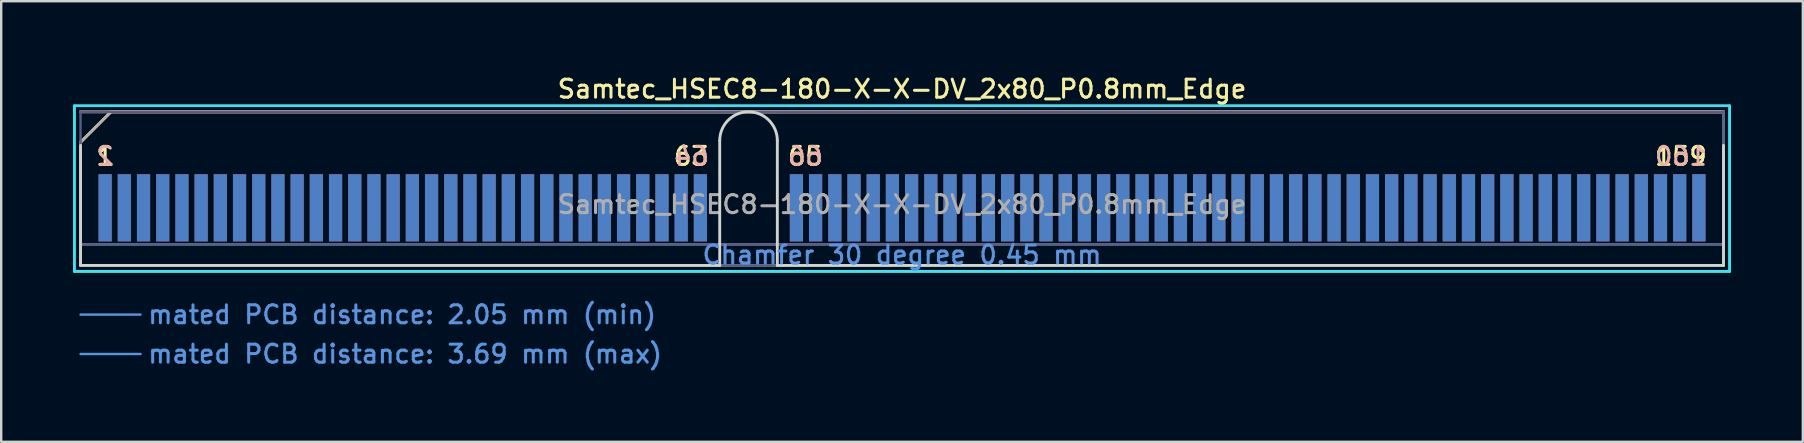
<source format=kicad_pcb>
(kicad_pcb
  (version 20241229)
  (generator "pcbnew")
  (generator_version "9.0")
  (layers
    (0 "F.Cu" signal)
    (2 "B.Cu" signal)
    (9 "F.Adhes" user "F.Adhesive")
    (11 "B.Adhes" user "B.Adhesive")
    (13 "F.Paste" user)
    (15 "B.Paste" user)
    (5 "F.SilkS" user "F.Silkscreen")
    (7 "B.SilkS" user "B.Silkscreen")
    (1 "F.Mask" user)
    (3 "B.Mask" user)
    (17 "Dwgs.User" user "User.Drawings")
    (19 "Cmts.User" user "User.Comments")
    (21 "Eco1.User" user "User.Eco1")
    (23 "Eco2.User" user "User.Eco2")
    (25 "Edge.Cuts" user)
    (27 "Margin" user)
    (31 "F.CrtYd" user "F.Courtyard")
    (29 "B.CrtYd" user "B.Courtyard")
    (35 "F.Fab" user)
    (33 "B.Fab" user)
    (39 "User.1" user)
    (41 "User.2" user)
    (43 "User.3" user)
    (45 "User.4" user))
  (footprint "Samtec_HSEC8-180-X-X-DV_2x80_P0.8mm_Edge"
    (layer "F.Cu")
    (at 34.53 8.008)
    (property "Reference" "Samtec_HSEC8-180-X-X-DV_2x80_P0.8mm_Edge" (at 0 -7.35 0) (layer "F.SilkS") (effects (font (size 0.75 0.75) (thickness 0.125))))
    (attr exclude_from_pos_files exclude_from_bom)
    (fp_line (start -34.48 -6.65) (end -34.48 0.25) (stroke (width 0.1) (type solid)) (layer "F.SilkS"))
    (fp_line (start -34.48 0.25) (end 34.48 0.25) (stroke (width 0.1) (type solid)) (layer "F.SilkS"))
    (fp_line (start -34.225 -5.13) (end -32.955 -6.4) (stroke (width 0.12) (type solid)) (layer "F.SilkS"))
    (fp_line (start -32.955 -6.4) (end 34.225 -6.4) (stroke (width 0.12) (type solid)) (layer "F.SilkS"))
    (fp_line (start 34.48 -6.65) (end -34.48 -6.65) (stroke (width 0.1) (type solid)) (layer "F.SilkS"))
    (fp_line (start 34.48 0.25) (end 34.48 -6.65) (stroke (width 0.1) (type solid)) (layer "F.SilkS"))
    (fp_line (start -34.225 -6.4) (end -34.225 -6.4) (stroke (width 0.12) (type solid)) (layer "B.SilkS"))
    (fp_line (start -34.225 -6.4) (end 34.225 -6.4) (stroke (width 0.12) (type solid)) (layer "B.SilkS"))
    (fp_line (start -34.225 2.05) (end -31.725 2.05) (stroke (width 0.1) (type solid)) (layer "Cmts.User"))
    (fp_line (start -34.225 3.69) (end -31.725 3.69) (stroke (width 0.1) (type solid)) (layer "Cmts.User"))
    (fp_line (start -34.225 -5) (end -34.225 0) (stroke (width 0.12) (type solid)) (layer "Edge.Cuts"))
    (fp_line (start -34.225 0) (end -7.595 0) (stroke (width 0.12) (type solid)) (layer "Edge.Cuts"))
    (fp_line (start -7.595 0) (end -7.595 -5.2) (stroke (width 0.12) (type solid)) (layer "Edge.Cuts"))
    (fp_line (start -5.195 -5.2) (end -5.195 0) (stroke (width 0.12) (type solid)) (layer "Edge.Cuts"))
    (fp_line (start -5.195 0) (end 34.225 0) (stroke (width 0.12) (type solid)) (layer "Edge.Cuts"))
    (fp_line (start 34.225 0) (end 34.225 -5) (stroke (width 0.12) (type solid)) (layer "Edge.Cuts"))
    (fp_arc (start -7.595 -5.2) (mid -6.395 -6.4) (end -5.195 -5.2) (stroke (width 0.12) (type solid)) (layer "Edge.Cuts"))
    (fp_line (start -34.48 -6.65) (end -34.48 0.25) (stroke (width 0.1) (type solid)) (layer "B.CrtYd"))
    (fp_line (start -34.48 0.25) (end 34.48 0.25) (stroke (width 0.1) (type solid)) (layer "B.CrtYd"))
    (fp_line (start 34.48 -6.65) (end -34.48 -6.65) (stroke (width 0.1) (type solid)) (layer "B.CrtYd"))
    (fp_line (start 34.48 0.25) (end 34.48 -6.65) (stroke (width 0.1) (type solid)) (layer "B.CrtYd"))
    (fp_line (start -34.225 -6.4) (end -34.225 -6.4) (stroke (width 0.1) (type solid)) (layer "B.Fab"))
    (fp_line (start -34.225 -6.4) (end -34.225 0) (stroke (width 0.1) (type solid)) (layer "B.Fab"))
    (fp_line (start -34.225 -6.4) (end 34.225 -6.4) (stroke (width 0.1) (type solid)) (layer "B.Fab"))
    (fp_line (start -34.225 -0.88) (end 34.225 -0.88) (stroke (width 0.1) (type solid)) (layer "B.Fab"))
    (fp_line (start -34.225 0) (end 34.225 0) (stroke (width 0.1) (type solid)) (layer "B.Fab"))
    (fp_line (start 34.225 -6.4) (end 34.225 0) (stroke (width 0.1) (type solid)) (layer "B.Fab"))
    (fp_line (start -34.225 -5.13) (end -34.225 0) (stroke (width 0.1) (type solid)) (layer "F.Fab"))
    (fp_line (start -34.225 -5.13) (end -32.955 -6.4) (stroke (width 0.1) (type solid)) (layer "F.Fab"))
    (fp_line (start -34.225 -0.88) (end 34.225 -0.88) (stroke (width 0.1) (type solid)) (layer "F.Fab"))
    (fp_line (start -34.225 0) (end 34.225 0) (stroke (width 0.1) (type solid)) (layer "F.Fab"))
    (fp_line (start -32.955 -6.4) (end 34.225 -6.4) (stroke (width 0.1) (type solid)) (layer "F.Fab"))
    (fp_line (start 34.225 -6.4) (end 34.225 0) (stroke (width 0.1) (type solid)) (layer "F.Fab"))
    (fp_text user "63" (at -8.775 -4.55 0) (layer "F.SilkS") (effects (font (size 0.75 0.75) (thickness 0.125))))
    (fp_text user "159" (at 32.45 -4.55 0) (layer "F.SilkS") (effects (font (size 0.75 0.75) (thickness 0.125))))
    (fp_text user "1" (at -33.2 -4.55 0) (layer "F.SilkS") (effects (font (size 0.75 0.75) (thickness 0.125))))
    (fp_text user "65" (at -4.025 -4.55 0) (layer "F.SilkS") (effects (font (size 0.75 0.75) (thickness 0.125))))
    (fp_text user "2" (at -33.2 -4.55 0) (layer "B.SilkS") (effects (font (size 0.75 0.75) (thickness 0.125)) (justify mirror)))
    (fp_text user "66" (at -4.025 -4.55 0) (layer "B.SilkS") (effects (font (size 0.75 0.75) (thickness 0.125)) (justify mirror)))
    (fp_text user "160" (at 32.45 -4.55 0) (layer "B.SilkS") (effects (font (size 0.75 0.75) (thickness 0.125)) (justify mirror)))
    (fp_text user "64" (at -8.775 -4.55 0) (layer "B.SilkS") (effects (font (size 0.75 0.75) (thickness 0.125)) (justify mirror)))
    (fp_text user "Chamfer 30 degree 0.45 mm" (at 0 -0.44 0) (layer "Cmts.User") (effects (font (size 0.75 0.75) (thickness 0.125))))
    (fp_text user "mated PCB distance: 2.05 mm (min)" (at -31.48 2.05 0) (layer "Cmts.User") (effects (font (size 0.75 0.75) (thickness 0.125)) (justify left)))
    (fp_text user "mated PCB distance: 3.69 mm (max)" (at -31.48 3.69 0) (layer "Cmts.User") (effects (font (size 0.75 0.75) (thickness 0.125)) (justify left)))
    (fp_text user "${REFERENCE}" (at 0 -2.54 0) (layer "F.Fab") (effects (font (size 0.75 0.75) (thickness 0.125))))
    (pad "1" connect rect (at -33.2 -2.4) (size 0.55 2.8) (layers "F.Cu" "F.Mask"))
    (pad "2" connect rect (at -33.2 -2.4) (size 0.55 2.8) (layers "B.Cu" "B.Mask"))
    (pad "3" connect rect (at -32.4 -2.4) (size 0.55 2.8) (layers "F.Cu" "F.Mask"))
    (pad "4" connect rect (at -32.4 -2.4) (size 0.55 2.8) (layers "B.Cu" "B.Mask"))
    (pad "5" connect rect (at -31.6 -2.4) (size 0.55 2.8) (layers "F.Cu" "F.Mask"))
    (pad "6" connect rect (at -31.6 -2.4) (size 0.55 2.8) (layers "B.Cu" "B.Mask"))
    (pad "7" connect rect (at -30.8 -2.4) (size 0.55 2.8) (layers "F.Cu" "F.Mask"))
    (pad "8" connect rect (at -30.8 -2.4) (size 0.55 2.8) (layers "B.Cu" "B.Mask"))
    (pad "9" connect rect (at -30 -2.4) (size 0.55 2.8) (layers "F.Cu" "F.Mask"))
    (pad "10" connect rect (at -30 -2.4) (size 0.55 2.8) (layers "B.Cu" "B.Mask"))
    (pad "11" connect rect (at -29.2 -2.4) (size 0.55 2.8) (layers "F.Cu" "F.Mask"))
    (pad "12" connect rect (at -29.2 -2.4) (size 0.55 2.8) (layers "B.Cu" "B.Mask"))
    (pad "13" connect rect (at -28.4 -2.4) (size 0.55 2.8) (layers "F.Cu" "F.Mask"))
    (pad "14" connect rect (at -28.4 -2.4) (size 0.55 2.8) (layers "B.Cu" "B.Mask"))
    (pad "15" connect rect (at -27.6 -2.4) (size 0.55 2.8) (layers "F.Cu" "F.Mask"))
    (pad "16" connect rect (at -27.6 -2.4) (size 0.55 2.8) (layers "B.Cu" "B.Mask"))
    (pad "17" connect rect (at -26.8 -2.4) (size 0.55 2.8) (layers "F.Cu" "F.Mask"))
    (pad "18" connect rect (at -26.8 -2.4) (size 0.55 2.8) (layers "B.Cu" "B.Mask"))
    (pad "19" connect rect (at -26 -2.4) (size 0.55 2.8) (layers "F.Cu" "F.Mask"))
    (pad "20" connect rect (at -26 -2.4) (size 0.55 2.8) (layers "B.Cu" "B.Mask"))
    (pad "21" connect rect (at -25.2 -2.4) (size 0.55 2.8) (layers "F.Cu" "F.Mask"))
    (pad "22" connect rect (at -25.2 -2.4) (size 0.55 2.8) (layers "B.Cu" "B.Mask"))
    (pad "23" connect rect (at -24.4 -2.4) (size 0.55 2.8) (layers "F.Cu" "F.Mask"))
    (pad "24" connect rect (at -24.4 -2.4) (size 0.55 2.8) (layers "B.Cu" "B.Mask"))
    (pad "25" connect rect (at -23.6 -2.4) (size 0.55 2.8) (layers "F.Cu" "F.Mask"))
    (pad "26" connect rect (at -23.6 -2.4) (size 0.55 2.8) (layers "B.Cu" "B.Mask"))
    (pad "27" connect rect (at -22.8 -2.4) (size 0.55 2.8) (layers "F.Cu" "F.Mask"))
    (pad "28" connect rect (at -22.8 -2.4) (size 0.55 2.8) (layers "B.Cu" "B.Mask"))
    (pad "29" connect rect (at -22 -2.4) (size 0.55 2.8) (layers "F.Cu" "F.Mask"))
    (pad "30" connect rect (at -22 -2.4) (size 0.55 2.8) (layers "B.Cu" "B.Mask"))
    (pad "31" connect rect (at -21.2 -2.4) (size 0.55 2.8) (layers "F.Cu" "F.Mask"))
    (pad "32" connect rect (at -21.2 -2.4) (size 0.55 2.8) (layers "B.Cu" "B.Mask"))
    (pad "33" connect rect (at -20.4 -2.4) (size 0.55 2.8) (layers "F.Cu" "F.Mask"))
    (pad "34" connect rect (at -20.4 -2.4) (size 0.55 2.8) (layers "B.Cu" "B.Mask"))
    (pad "35" connect rect (at -19.6 -2.4) (size 0.55 2.8) (layers "F.Cu" "F.Mask"))
    (pad "36" connect rect (at -19.6 -2.4) (size 0.55 2.8) (layers "B.Cu" "B.Mask"))
    (pad "37" connect rect (at -18.8 -2.4) (size 0.55 2.8) (layers "F.Cu" "F.Mask"))
    (pad "38" connect rect (at -18.8 -2.4) (size 0.55 2.8) (layers "B.Cu" "B.Mask"))
    (pad "39" connect rect (at -18 -2.4) (size 0.55 2.8) (layers "F.Cu" "F.Mask"))
    (pad "40" connect rect (at -18 -2.4) (size 0.55 2.8) (layers "B.Cu" "B.Mask"))
    (pad "41" connect rect (at -17.2 -2.4) (size 0.55 2.8) (layers "F.Cu" "F.Mask"))
    (pad "42" connect rect (at -17.2 -2.4) (size 0.55 2.8) (layers "B.Cu" "B.Mask"))
    (pad "43" connect rect (at -16.4 -2.4) (size 0.55 2.8) (layers "F.Cu" "F.Mask"))
    (pad "44" connect rect (at -16.4 -2.4) (size 0.55 2.8) (layers "B.Cu" "B.Mask"))
    (pad "45" connect rect (at -15.6 -2.4) (size 0.55 2.8) (layers "F.Cu" "F.Mask"))
    (pad "46" connect rect (at -15.6 -2.4) (size 0.55 2.8) (layers "B.Cu" "B.Mask"))
    (pad "47" connect rect (at -14.8 -2.4) (size 0.55 2.8) (layers "F.Cu" "F.Mask"))
    (pad "48" connect rect (at -14.8 -2.4) (size 0.55 2.8) (layers "B.Cu" "B.Mask"))
    (pad "49" connect rect (at -14 -2.4) (size 0.55 2.8) (layers "F.Cu" "F.Mask"))
    (pad "50" connect rect (at -14 -2.4) (size 0.55 2.8) (layers "B.Cu" "B.Mask"))
    (pad "51" connect rect (at -13.2 -2.4) (size 0.55 2.8) (layers "F.Cu" "F.Mask"))
    (pad "52" connect rect (at -13.2 -2.4) (size 0.55 2.8) (layers "B.Cu" "B.Mask"))
    (pad "53" connect rect (at -12.4 -2.4) (size 0.55 2.8) (layers "F.Cu" "F.Mask"))
    (pad "54" connect rect (at -12.4 -2.4) (size 0.55 2.8) (layers "B.Cu" "B.Mask"))
    (pad "55" connect rect (at -11.6 -2.4) (size 0.55 2.8) (layers "F.Cu" "F.Mask"))
    (pad "56" connect rect (at -11.6 -2.4) (size 0.55 2.8) (layers "B.Cu" "B.Mask"))
    (pad "57" connect rect (at -10.8 -2.4) (size 0.55 2.8) (layers "F.Cu" "F.Mask"))
    (pad "58" connect rect (at -10.8 -2.4) (size 0.55 2.8) (layers "B.Cu" "B.Mask"))
    (pad "59" connect rect (at -10 -2.4) (size 0.55 2.8) (layers "F.Cu" "F.Mask"))
    (pad "60" connect rect (at -10 -2.4) (size 0.55 2.8) (layers "B.Cu" "B.Mask"))
    (pad "61" connect rect (at -9.2 -2.4) (size 0.55 2.8) (layers "F.Cu" "F.Mask"))
    (pad "62" connect rect (at -9.2 -2.4) (size 0.55 2.8) (layers "B.Cu" "B.Mask"))
    (pad "63" connect rect (at -8.4 -2.4) (size 0.55 2.8) (layers "F.Cu" "F.Mask"))
    (pad "64" connect rect (at -8.4 -2.4) (size 0.55 2.8) (layers "B.Cu" "B.Mask"))
    (pad "65" connect rect (at -4.4 -2.4) (size 0.55 2.8) (layers "F.Cu" "F.Mask"))
    (pad "66" connect rect (at -4.4 -2.4) (size 0.55 2.8) (layers "B.Cu" "B.Mask"))
    (pad "67" connect rect (at -3.6 -2.4) (size 0.55 2.8) (layers "F.Cu" "F.Mask"))
    (pad "68" connect rect (at -3.6 -2.4) (size 0.55 2.8) (layers "B.Cu" "B.Mask"))
    (pad "69" connect rect (at -2.8 -2.4) (size 0.55 2.8) (layers "F.Cu" "F.Mask"))
    (pad "70" connect rect (at -2.8 -2.4) (size 0.55 2.8) (layers "B.Cu" "B.Mask"))
    (pad "71" connect rect (at -2 -2.4) (size 0.55 2.8) (layers "F.Cu" "F.Mask"))
    (pad "72" connect rect (at -2 -2.4) (size 0.55 2.8) (layers "B.Cu" "B.Mask"))
    (pad "73" connect rect (at -1.2 -2.4) (size 0.55 2.8) (layers "F.Cu" "F.Mask"))
    (pad "74" connect rect (at -1.2 -2.4) (size 0.55 2.8) (layers "B.Cu" "B.Mask"))
    (pad "75" connect rect (at -0.4 -2.4) (size 0.55 2.8) (layers "F.Cu" "F.Mask"))
    (pad "76" connect rect (at -0.4 -2.4) (size 0.55 2.8) (layers "B.Cu" "B.Mask"))
    (pad "77" connect rect (at 0.4 -2.4) (size 0.55 2.8) (layers "F.Cu" "F.Mask"))
    (pad "78" connect rect (at 0.4 -2.4) (size 0.55 2.8) (layers "B.Cu" "B.Mask"))
    (pad "79" connect rect (at 1.2 -2.4) (size 0.55 2.8) (layers "F.Cu" "F.Mask"))
    (pad "80" connect rect (at 1.2 -2.4) (size 0.55 2.8) (layers "B.Cu" "B.Mask"))
    (pad "81" connect rect (at 2 -2.4) (size 0.55 2.8) (layers "F.Cu" "F.Mask"))
    (pad "82" connect rect (at 2 -2.4) (size 0.55 2.8) (layers "B.Cu" "B.Mask"))
    (pad "83" connect rect (at 2.8 -2.4) (size 0.55 2.8) (layers "F.Cu" "F.Mask"))
    (pad "84" connect rect (at 2.8 -2.4) (size 0.55 2.8) (layers "B.Cu" "B.Mask"))
    (pad "85" connect rect (at 3.6 -2.4) (size 0.55 2.8) (layers "F.Cu" "F.Mask"))
    (pad "86" connect rect (at 3.6 -2.4) (size 0.55 2.8) (layers "B.Cu" "B.Mask"))
    (pad "87" connect rect (at 4.4 -2.4) (size 0.55 2.8) (layers "F.Cu" "F.Mask"))
    (pad "88" connect rect (at 4.4 -2.4) (size 0.55 2.8) (layers "B.Cu" "B.Mask"))
    (pad "89" connect rect (at 5.2 -2.4) (size 0.55 2.8) (layers "F.Cu" "F.Mask"))
    (pad "90" connect rect (at 5.2 -2.4) (size 0.55 2.8) (layers "B.Cu" "B.Mask"))
    (pad "91" connect rect (at 6 -2.4) (size 0.55 2.8) (layers "F.Cu" "F.Mask"))
    (pad "92" connect rect (at 6 -2.4) (size 0.55 2.8) (layers "B.Cu" "B.Mask"))
    (pad "93" connect rect (at 6.8 -2.4) (size 0.55 2.8) (layers "F.Cu" "F.Mask"))
    (pad "94" connect rect (at 6.8 -2.4) (size 0.55 2.8) (layers "B.Cu" "B.Mask"))
    (pad "95" connect rect (at 7.6 -2.4) (size 0.55 2.8) (layers "F.Cu" "F.Mask"))
    (pad "96" connect rect (at 7.6 -2.4) (size 0.55 2.8) (layers "B.Cu" "B.Mask"))
    (pad "97" connect rect (at 8.4 -2.4) (size 0.55 2.8) (layers "F.Cu" "F.Mask"))
    (pad "98" connect rect (at 8.4 -2.4) (size 0.55 2.8) (layers "B.Cu" "B.Mask"))
    (pad "99" connect rect (at 9.2 -2.4) (size 0.55 2.8) (layers "F.Cu" "F.Mask"))
    (pad "100" connect rect (at 9.2 -2.4) (size 0.55 2.8) (layers "B.Cu" "B.Mask"))
    (pad "101" connect rect (at 10 -2.4) (size 0.55 2.8) (layers "F.Cu" "F.Mask"))
    (pad "102" connect rect (at 10 -2.4) (size 0.55 2.8) (layers "B.Cu" "B.Mask"))
    (pad "103" connect rect (at 10.8 -2.4) (size 0.55 2.8) (layers "F.Cu" "F.Mask"))
    (pad "104" connect rect (at 10.8 -2.4) (size 0.55 2.8) (layers "B.Cu" "B.Mask"))
    (pad "105" connect rect (at 11.6 -2.4) (size 0.55 2.8) (layers "F.Cu" "F.Mask"))
    (pad "106" connect rect (at 11.6 -2.4) (size 0.55 2.8) (layers "B.Cu" "B.Mask"))
    (pad "107" connect rect (at 12.4 -2.4) (size 0.55 2.8) (layers "F.Cu" "F.Mask"))
    (pad "108" connect rect (at 12.4 -2.4) (size 0.55 2.8) (layers "B.Cu" "B.Mask"))
    (pad "109" connect rect (at 13.2 -2.4) (size 0.55 2.8) (layers "F.Cu" "F.Mask"))
    (pad "110" connect rect (at 13.2 -2.4) (size 0.55 2.8) (layers "B.Cu" "B.Mask"))
    (pad "111" connect rect (at 14 -2.4) (size 0.55 2.8) (layers "F.Cu" "F.Mask"))
    (pad "112" connect rect (at 14 -2.4) (size 0.55 2.8) (layers "B.Cu" "B.Mask"))
    (pad "113" connect rect (at 14.8 -2.4) (size 0.55 2.8) (layers "F.Cu" "F.Mask"))
    (pad "114" connect rect (at 14.8 -2.4) (size 0.55 2.8) (layers "B.Cu" "B.Mask"))
    (pad "115" connect rect (at 15.6 -2.4) (size 0.55 2.8) (layers "F.Cu" "F.Mask"))
    (pad "116" connect rect (at 15.6 -2.4) (size 0.55 2.8) (layers "B.Cu" "B.Mask"))
    (pad "117" connect rect (at 16.4 -2.4) (size 0.55 2.8) (layers "F.Cu" "F.Mask"))
    (pad "118" connect rect (at 16.4 -2.4) (size 0.55 2.8) (layers "B.Cu" "B.Mask"))
    (pad "119" connect rect (at 17.2 -2.4) (size 0.55 2.8) (layers "F.Cu" "F.Mask"))
    (pad "120" connect rect (at 17.2 -2.4) (size 0.55 2.8) (layers "B.Cu" "B.Mask"))
    (pad "121" connect rect (at 18 -2.4) (size 0.55 2.8) (layers "F.Cu" "F.Mask"))
    (pad "122" connect rect (at 18 -2.4) (size 0.55 2.8) (layers "B.Cu" "B.Mask"))
    (pad "123" connect rect (at 18.8 -2.4) (size 0.55 2.8) (layers "F.Cu" "F.Mask"))
    (pad "124" connect rect (at 18.8 -2.4) (size 0.55 2.8) (layers "B.Cu" "B.Mask"))
    (pad "125" connect rect (at 19.6 -2.4) (size 0.55 2.8) (layers "F.Cu" "F.Mask"))
    (pad "126" connect rect (at 19.6 -2.4) (size 0.55 2.8) (layers "B.Cu" "B.Mask"))
    (pad "127" connect rect (at 20.4 -2.4) (size 0.55 2.8) (layers "F.Cu" "F.Mask"))
    (pad "128" connect rect (at 20.4 -2.4) (size 0.55 2.8) (layers "B.Cu" "B.Mask"))
    (pad "129" connect rect (at 21.2 -2.4) (size 0.55 2.8) (layers "F.Cu" "F.Mask"))
    (pad "130" connect rect (at 21.2 -2.4) (size 0.55 2.8) (layers "B.Cu" "B.Mask"))
    (pad "131" connect rect (at 22 -2.4) (size 0.55 2.8) (layers "F.Cu" "F.Mask"))
    (pad "132" connect rect (at 22 -2.4) (size 0.55 2.8) (layers "B.Cu" "B.Mask"))
    (pad "133" connect rect (at 22.8 -2.4) (size 0.55 2.8) (layers "F.Cu" "F.Mask"))
    (pad "134" connect rect (at 22.8 -2.4) (size 0.55 2.8) (layers "B.Cu" "B.Mask"))
    (pad "135" connect rect (at 23.6 -2.4) (size 0.55 2.8) (layers "F.Cu" "F.Mask"))
    (pad "136" connect rect (at 23.6 -2.4) (size 0.55 2.8) (layers "B.Cu" "B.Mask"))
    (pad "137" connect rect (at 24.4 -2.4) (size 0.55 2.8) (layers "F.Cu" "F.Mask"))
    (pad "138" connect rect (at 24.4 -2.4) (size 0.55 2.8) (layers "B.Cu" "B.Mask"))
    (pad "139" connect rect (at 25.2 -2.4) (size 0.55 2.8) (layers "F.Cu" "F.Mask"))
    (pad "140" connect rect (at 25.2 -2.4) (size 0.55 2.8) (layers "B.Cu" "B.Mask"))
    (pad "141" connect rect (at 26 -2.4) (size 0.55 2.8) (layers "F.Cu" "F.Mask"))
    (pad "142" connect rect (at 26 -2.4) (size 0.55 2.8) (layers "B.Cu" "B.Mask"))
    (pad "143" connect rect (at 26.8 -2.4) (size 0.55 2.8) (layers "F.Cu" "F.Mask"))
    (pad "144" connect rect (at 26.8 -2.4) (size 0.55 2.8) (layers "B.Cu" "B.Mask"))
    (pad "145" connect rect (at 27.6 -2.4) (size 0.55 2.8) (layers "F.Cu" "F.Mask"))
    (pad "146" connect rect (at 27.6 -2.4) (size 0.55 2.8) (layers "B.Cu" "B.Mask"))
    (pad "147" connect rect (at 28.4 -2.4) (size 0.55 2.8) (layers "F.Cu" "F.Mask"))
    (pad "148" connect rect (at 28.4 -2.4) (size 0.55 2.8) (layers "B.Cu" "B.Mask"))
    (pad "149" connect rect (at 29.2 -2.4) (size 0.55 2.8) (layers "F.Cu" "F.Mask"))
    (pad "150" connect rect (at 29.2 -2.4) (size 0.55 2.8) (layers "B.Cu" "B.Mask"))
    (pad "151" connect rect (at 30 -2.4) (size 0.55 2.8) (layers "F.Cu" "F.Mask"))
    (pad "152" connect rect (at 30 -2.4) (size 0.55 2.8) (layers "B.Cu" "B.Mask"))
    (pad "153" connect rect (at 30.8 -2.4) (size 0.55 2.8) (layers "F.Cu" "F.Mask"))
    (pad "154" connect rect (at 30.8 -2.4) (size 0.55 2.8) (layers "B.Cu" "B.Mask"))
    (pad "155" connect rect (at 31.6 -2.4) (size 0.55 2.8) (layers "F.Cu" "F.Mask"))
    (pad "156" connect rect (at 31.6 -2.4) (size 0.55 2.8) (layers "B.Cu" "B.Mask"))
    (pad "157" connect rect (at 32.4 -2.4) (size 0.55 2.8) (layers "F.Cu" "F.Mask"))
    (pad "158" connect rect (at 32.4 -2.4) (size 0.55 2.8) (layers "B.Cu" "B.Mask"))
    (pad "159" connect rect (at 33.2 -2.4) (size 0.55 2.8) (layers "F.Cu" "F.Mask"))
    (pad "160" connect rect (at 33.2 -2.4) (size 0.55 2.8) (layers "B.Cu" "B.Mask")))
  (gr_rect
    (start -3 -3)
    (end 72.06 15.356)
    (stroke (width 0.1) (type default))
    (fill no)
    (layer "Edge.Cuts")))
</source>
